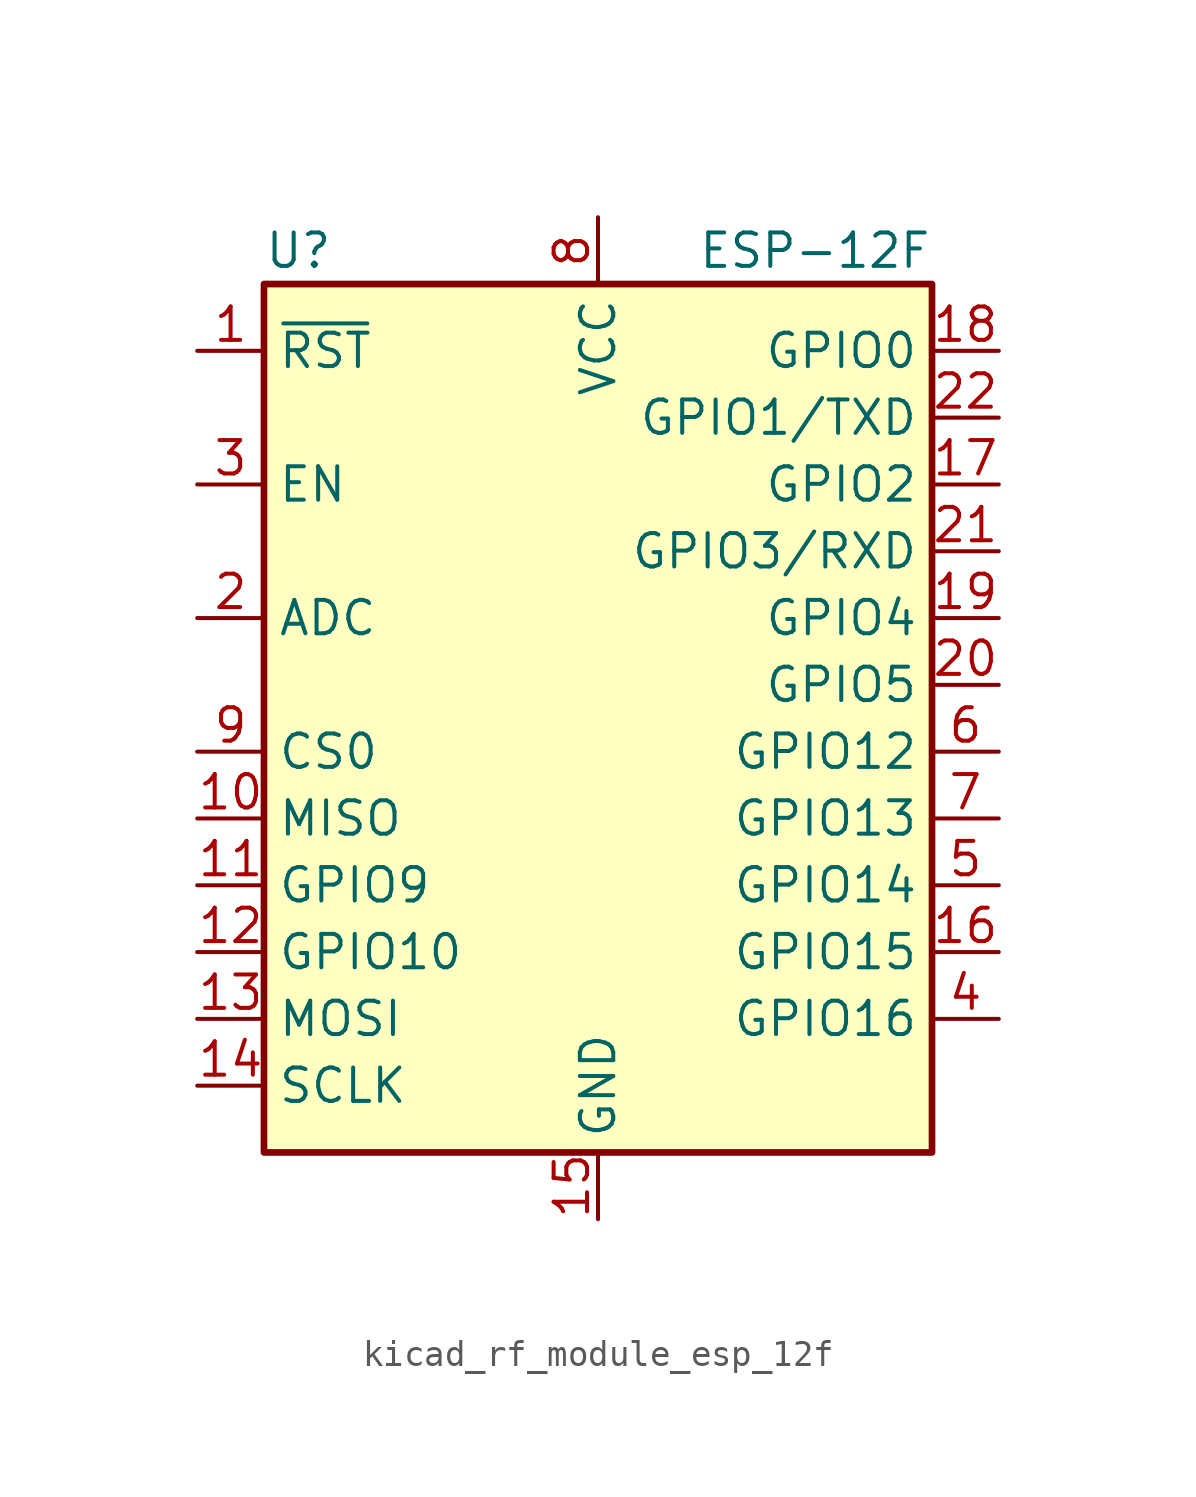
<source format=kicad_sym>
(kicad_symbol_lib
  (version 20220914)
  (generator kicad_symbol_editor)
  (symbol "kicad_rf_module_esp_12f"
    (property "Reference" "U"
      (at -12.7 19.05 0)
      (effects (font (size 1.27 1.27)) (justify left)))
    (property "Value" "ESP-12F"
      (at 12.7 19.05 0)
      (effects (font (size 1.27 1.27)) (justify right)))
    (symbol "kicad_rf_module_esp_12f_0_1"
      (rectangle (start -12.7 17.78) (end 12.7 -15.24) (stroke (width 0.254) (type default)) (fill (type background))))
    (symbol "kicad_rf_module_esp_12f_1_1"
      (pin input line (at -15.24 15.24 0) (length 2.54) (name "~{RST}" (effects (font (size 1.27 1.27)))) (number "1" (effects (font (size 1.27 1.27)))))
      (pin bidirectional line (at -15.24 -2.54 0) (length 2.54) (name "MISO" (effects (font (size 1.27 1.27)))) (number "10" (effects (font (size 1.27 1.27)))))
      (pin bidirectional line (at -15.24 -5.08 0) (length 2.54) (name "GPIO9" (effects (font (size 1.27 1.27)))) (number "11" (effects (font (size 1.27 1.27)))))
      (pin bidirectional line (at -15.24 -7.62 0) (length 2.54) (name "GPIO10" (effects (font (size 1.27 1.27)))) (number "12" (effects (font (size 1.27 1.27)))))
      (pin bidirectional line (at -15.24 -10.16 0) (length 2.54) (name "MOSI" (effects (font (size 1.27 1.27)))) (number "13" (effects (font (size 1.27 1.27)))))
      (pin bidirectional line (at -15.24 -12.7 0) (length 2.54) (name "SCLK" (effects (font (size 1.27 1.27)))) (number "14" (effects (font (size 1.27 1.27)))))
      (pin power_in line (at 0 -17.78 90) (length 2.54) (name "GND" (effects (font (size 1.27 1.27)))) (number "15" (effects (font (size 1.27 1.27)))))
      (pin bidirectional line (at 15.24 -7.62 180) (length 2.54) (name "GPIO15" (effects (font (size 1.27 1.27)))) (number "16" (effects (font (size 1.27 1.27)))))
      (pin bidirectional line (at 15.24 10.16 180) (length 2.54) (name "GPIO2" (effects (font (size 1.27 1.27)))) (number "17" (effects (font (size 1.27 1.27)))))
      (pin bidirectional line (at 15.24 15.24 180) (length 2.54) (name "GPIO0" (effects (font (size 1.27 1.27)))) (number "18" (effects (font (size 1.27 1.27)))))
      (pin bidirectional line (at 15.24 5.08 180) (length 2.54) (name "GPIO4" (effects (font (size 1.27 1.27)))) (number "19" (effects (font (size 1.27 1.27)))))
      (pin input line (at -15.24 5.08 0) (length 2.54) (name "ADC" (effects (font (size 1.27 1.27)))) (number "2" (effects (font (size 1.27 1.27)))))
      (pin bidirectional line (at 15.24 2.54 180) (length 2.54) (name "GPIO5" (effects (font (size 1.27 1.27)))) (number "20" (effects (font (size 1.27 1.27)))))
      (pin bidirectional line (at 15.24 7.62 180) (length 2.54) (name "GPIO3/RXD" (effects (font (size 1.27 1.27)))) (number "21" (effects (font (size 1.27 1.27)))))
      (pin bidirectional line (at 15.24 12.7 180) (length 2.54) (name "GPIO1/TXD" (effects (font (size 1.27 1.27)))) (number "22" (effects (font (size 1.27 1.27)))))
      (pin input line (at -15.24 10.16 0) (length 2.54) (name "EN" (effects (font (size 1.27 1.27)))) (number "3" (effects (font (size 1.27 1.27)))))
      (pin bidirectional line (at 15.24 -10.16 180) (length 2.54) (name "GPIO16" (effects (font (size 1.27 1.27)))) (number "4" (effects (font (size 1.27 1.27)))))
      (pin bidirectional line (at 15.24 -5.08 180) (length 2.54) (name "GPIO14" (effects (font (size 1.27 1.27)))) (number "5" (effects (font (size 1.27 1.27)))))
      (pin bidirectional line (at 15.24 0 180) (length 2.54) (name "GPIO12" (effects (font (size 1.27 1.27)))) (number "6" (effects (font (size 1.27 1.27)))))
      (pin bidirectional line (at 15.24 -2.54 180) (length 2.54) (name "GPIO13" (effects (font (size 1.27 1.27)))) (number "7" (effects (font (size 1.27 1.27)))))
      (pin power_in line (at 0 20.32 270) (length 2.54) (name "VCC" (effects (font (size 1.27 1.27)))) (number "8" (effects (font (size 1.27 1.27)))))
      (pin input line (at -15.24 0 0) (length 2.54) (name "CS0" (effects (font (size 1.27 1.27)))) (number "9" (effects (font (size 1.27 1.27))))))))
</source>
